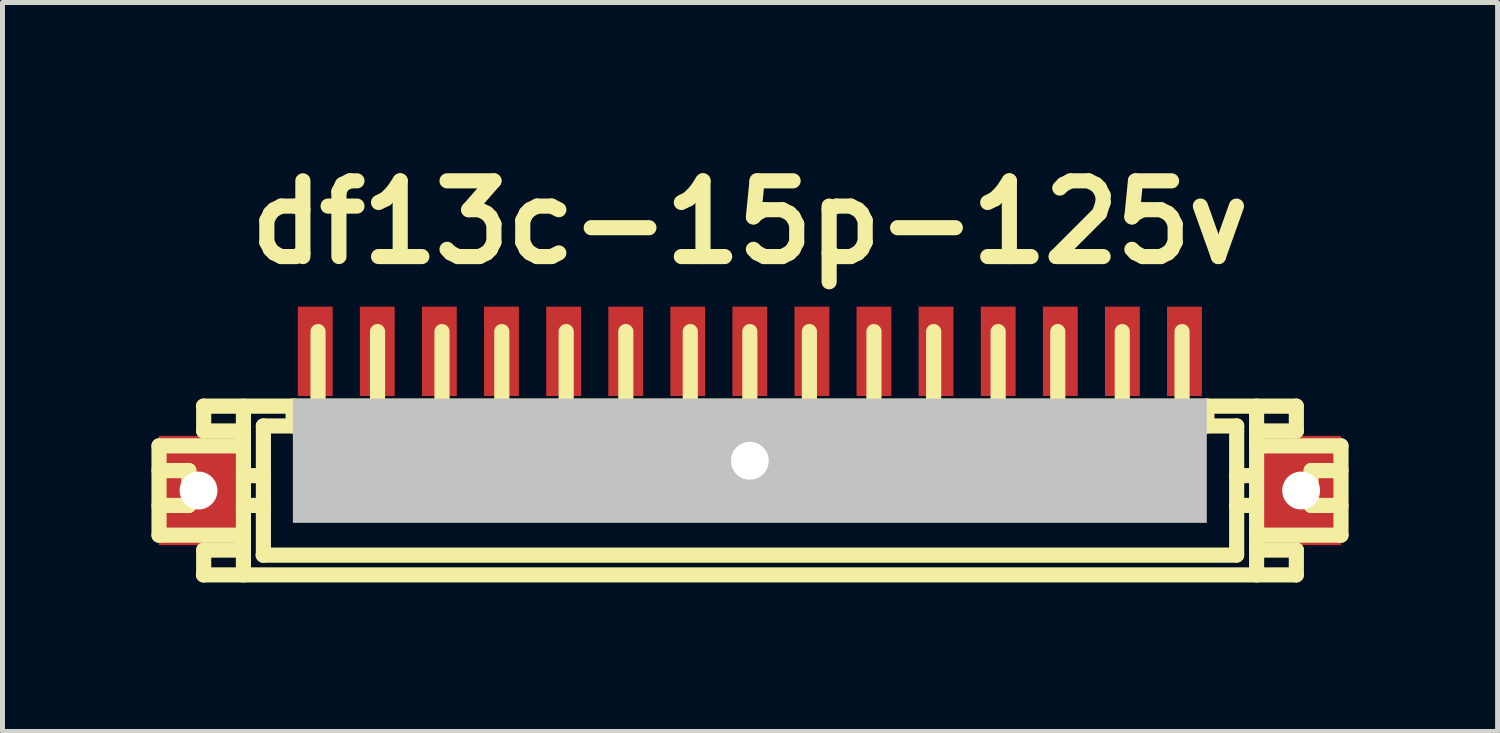
<source format=kicad_pcb>
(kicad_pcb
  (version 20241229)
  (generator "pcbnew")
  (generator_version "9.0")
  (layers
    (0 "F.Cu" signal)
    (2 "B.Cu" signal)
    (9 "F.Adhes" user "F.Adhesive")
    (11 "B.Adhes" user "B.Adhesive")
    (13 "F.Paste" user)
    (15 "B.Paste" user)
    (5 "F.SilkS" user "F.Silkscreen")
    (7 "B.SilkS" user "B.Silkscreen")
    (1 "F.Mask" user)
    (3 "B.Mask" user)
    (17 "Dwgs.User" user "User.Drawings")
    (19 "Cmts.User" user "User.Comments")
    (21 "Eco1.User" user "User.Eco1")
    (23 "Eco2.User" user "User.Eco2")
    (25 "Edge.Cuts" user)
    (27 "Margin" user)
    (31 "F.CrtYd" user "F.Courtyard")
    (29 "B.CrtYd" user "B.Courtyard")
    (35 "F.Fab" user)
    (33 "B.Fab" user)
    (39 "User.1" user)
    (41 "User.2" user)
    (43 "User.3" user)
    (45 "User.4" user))
  (footprint "df13c-15p-125v"
    (layer "F.Cu")
    (at 12.047 6.026)
    (property "Reference" "df13c-15p-125v" (at 0 -4.6 0) (layer "F.SilkS") (effects (font (size 1.524 1.524) (thickness 0.305))))
    (attr through_hole)
    (fp_line (start -11.895 -0.099) (end -10.196 -0.099) (stroke (width 0.305) (type solid)) (layer "F.SilkS"))
    (fp_line (start -11.895 0.399) (end -11.295 0.399) (stroke (width 0.305) (type solid)) (layer "F.SilkS"))
    (fp_line (start -11.895 1.699) (end -11.895 -0.099) (stroke (width 0.305) (type solid)) (layer "F.SilkS"))
    (fp_line (start -11.895 1.699) (end -10.196 1.699) (stroke (width 0.305) (type solid)) (layer "F.SilkS"))
    (fp_line (start -11.295 0.399) (end -11.295 1.1) (stroke (width 0.305) (type solid)) (layer "F.SilkS"))
    (fp_line (start -11.295 1.1) (end -11.895 1.1) (stroke (width 0.305) (type solid)) (layer "F.SilkS"))
    (fp_line (start -10.996 -0.399) (end -10.996 -0.899) (stroke (width 0.305) (type solid)) (layer "F.SilkS"))
    (fp_line (start -10.996 2.499) (end -10.996 1.999) (stroke (width 0.305) (type solid)) (layer "F.SilkS"))
    (fp_line (start -10.196 -0.899) (end -10.196 2.499) (stroke (width 0.305) (type solid)) (layer "F.SilkS"))
    (fp_line (start -10.196 -0.399) (end -10.996 -0.399) (stroke (width 0.305) (type solid)) (layer "F.SilkS"))
    (fp_line (start -10.196 0.5) (end -9.794 0.5) (stroke (width 0.305) (type solid)) (layer "F.SilkS"))
    (fp_line (start -10.196 1.1) (end -9.794 1.1) (stroke (width 0.305) (type solid)) (layer "F.SilkS"))
    (fp_line (start -10.196 1.999) (end -10.996 1.999) (stroke (width 0.305) (type solid)) (layer "F.SilkS"))
    (fp_line (start -9.799 2.101) (end 9.799 2.101) (stroke (width 0.305) (type solid)) (layer "F.SilkS"))
    (fp_line (start -9.794 -0.5) (end -9.195 -0.5) (stroke (width 0.305) (type solid)) (layer "F.SilkS"))
    (fp_line (start -9.794 2.101) (end -9.794 -0.5) (stroke (width 0.305) (type solid)) (layer "F.SilkS"))
    (fp_line (start -9.195 -0.902) (end -9.195 -0.5) (stroke (width 0.305) (type solid)) (layer "F.SilkS"))
    (fp_line (start -8.796 0.998) (end -8.796 1.199) (stroke (width 0.305) (type solid)) (layer "F.SilkS"))
    (fp_line (start -8.796 1.199) (end -8.595 1.199) (stroke (width 0.305) (type solid)) (layer "F.SilkS"))
    (fp_line (start -8.694 -0.902) (end -8.694 -2.4) (stroke (width 0.305) (type solid)) (layer "F.SilkS"))
    (fp_line (start -8.595 0.998) (end -8.796 0.998) (stroke (width 0.305) (type solid)) (layer "F.SilkS"))
    (fp_line (start -8.595 1.199) (end -8.595 0.998) (stroke (width 0.305) (type solid)) (layer "F.SilkS"))
    (fp_line (start -7.6 1.001) (end -7.402 1.001) (stroke (width 0.305) (type solid)) (layer "F.SilkS"))
    (fp_line (start -7.6 1.199) (end -7.6 1.001) (stroke (width 0.305) (type solid)) (layer "F.SilkS"))
    (fp_line (start -7.496 -0.899) (end -7.496 -2.4) (stroke (width 0.305) (type solid)) (layer "F.SilkS"))
    (fp_line (start -7.402 1.001) (end -7.402 1.199) (stroke (width 0.305) (type solid)) (layer "F.SilkS"))
    (fp_line (start -7.402 1.199) (end -7.6 1.199) (stroke (width 0.305) (type solid)) (layer "F.SilkS"))
    (fp_line (start -6.297 1.001) (end -6.099 1.001) (stroke (width 0.305) (type solid)) (layer "F.SilkS"))
    (fp_line (start -6.297 1.199) (end -6.297 1.001) (stroke (width 0.305) (type solid)) (layer "F.SilkS"))
    (fp_line (start -6.198 -2.4) (end -6.198 -0.899) (stroke (width 0.305) (type solid)) (layer "F.SilkS"))
    (fp_line (start -6.099 1.001) (end -6.099 1.199) (stroke (width 0.305) (type solid)) (layer "F.SilkS"))
    (fp_line (start -6.099 1.199) (end -6.297 1.199) (stroke (width 0.305) (type solid)) (layer "F.SilkS"))
    (fp_line (start -5.098 1.001) (end -4.9 1.001) (stroke (width 0.305) (type solid)) (layer "F.SilkS"))
    (fp_line (start -5.098 1.199) (end -5.098 1.001) (stroke (width 0.305) (type solid)) (layer "F.SilkS"))
    (fp_line (start -4.994 -0.899) (end -4.994 -2.4) (stroke (width 0.305) (type solid)) (layer "F.SilkS"))
    (fp_line (start -4.9 1.001) (end -4.9 1.199) (stroke (width 0.305) (type solid)) (layer "F.SilkS"))
    (fp_line (start -4.9 1.199) (end -5.098 1.199) (stroke (width 0.305) (type solid)) (layer "F.SilkS"))
    (fp_line (start -3.797 1.001) (end -3.599 1.001) (stroke (width 0.305) (type solid)) (layer "F.SilkS"))
    (fp_line (start -3.797 1.199) (end -3.797 1.001) (stroke (width 0.305) (type solid)) (layer "F.SilkS"))
    (fp_line (start -3.698 -0.899) (end -3.698 -2.4) (stroke (width 0.305) (type solid)) (layer "F.SilkS"))
    (fp_line (start -3.599 1.001) (end -3.599 1.199) (stroke (width 0.305) (type solid)) (layer "F.SilkS"))
    (fp_line (start -3.599 1.199) (end -3.797 1.199) (stroke (width 0.305) (type solid)) (layer "F.SilkS"))
    (fp_line (start -2.598 1.001) (end -2.4 1.001) (stroke (width 0.305) (type solid)) (layer "F.SilkS"))
    (fp_line (start -2.598 1.199) (end -2.598 1.001) (stroke (width 0.305) (type solid)) (layer "F.SilkS"))
    (fp_line (start -2.497 -2.4) (end -2.497 -0.899) (stroke (width 0.305) (type solid)) (layer "F.SilkS"))
    (fp_line (start -2.4 1.001) (end -2.4 1.199) (stroke (width 0.305) (type solid)) (layer "F.SilkS"))
    (fp_line (start -2.4 1.199) (end -2.598 1.199) (stroke (width 0.305) (type solid)) (layer "F.SilkS"))
    (fp_line (start -1.3 1.001) (end -1.1 1.001) (stroke (width 0.305) (type solid)) (layer "F.SilkS"))
    (fp_line (start -1.3 1.199) (end -1.3 1.001) (stroke (width 0.305) (type solid)) (layer "F.SilkS"))
    (fp_line (start -1.199 -0.899) (end -1.199 -2.4) (stroke (width 0.305) (type solid)) (layer "F.SilkS"))
    (fp_line (start -1.1 1.001) (end -1.1 1.199) (stroke (width 0.305) (type solid)) (layer "F.SilkS"))
    (fp_line (start -1.1 1.199) (end -1.3 1.199) (stroke (width 0.305) (type solid)) (layer "F.SilkS"))
    (fp_line (start -0.099 1.001) (end 0.099 1.001) (stroke (width 0.305) (type solid)) (layer "F.SilkS"))
    (fp_line (start -0.099 1.199) (end -0.099 1.001) (stroke (width 0.305) (type solid)) (layer "F.SilkS"))
    (fp_line (start 0 -0.899) (end 0 -2.4) (stroke (width 0.305) (type solid)) (layer "F.SilkS"))
    (fp_line (start 0.099 1.001) (end 0.099 1.199) (stroke (width 0.305) (type solid)) (layer "F.SilkS"))
    (fp_line (start 0.099 1.199) (end -0.099 1.199) (stroke (width 0.305) (type solid)) (layer "F.SilkS"))
    (fp_line (start 1.1 1.001) (end 1.3 1.001) (stroke (width 0.305) (type solid)) (layer "F.SilkS"))
    (fp_line (start 1.1 1.199) (end 1.1 1.001) (stroke (width 0.305) (type solid)) (layer "F.SilkS"))
    (fp_line (start 1.199 -2.4) (end 1.199 -0.899) (stroke (width 0.305) (type solid)) (layer "F.SilkS"))
    (fp_line (start 1.3 1.001) (end 1.3 1.199) (stroke (width 0.305) (type solid)) (layer "F.SilkS"))
    (fp_line (start 1.3 1.199) (end 1.1 1.199) (stroke (width 0.305) (type solid)) (layer "F.SilkS"))
    (fp_line (start 2.4 1.001) (end 2.601 1.001) (stroke (width 0.305) (type solid)) (layer "F.SilkS"))
    (fp_line (start 2.4 1.199) (end 2.4 1.001) (stroke (width 0.305) (type solid)) (layer "F.SilkS"))
    (fp_line (start 2.499 -0.899) (end 2.499 -2.4) (stroke (width 0.305) (type solid)) (layer "F.SilkS"))
    (fp_line (start 2.601 1.001) (end 2.601 1.199) (stroke (width 0.305) (type solid)) (layer "F.SilkS"))
    (fp_line (start 2.601 1.199) (end 2.4 1.199) (stroke (width 0.305) (type solid)) (layer "F.SilkS"))
    (fp_line (start 3.604 1.001) (end 3.802 1.001) (stroke (width 0.305) (type solid)) (layer "F.SilkS"))
    (fp_line (start 3.604 1.199) (end 3.604 1.001) (stroke (width 0.305) (type solid)) (layer "F.SilkS"))
    (fp_line (start 3.701 -2.4) (end 3.701 -0.899) (stroke (width 0.305) (type solid)) (layer "F.SilkS"))
    (fp_line (start 3.802 1.001) (end 3.802 1.199) (stroke (width 0.305) (type solid)) (layer "F.SilkS"))
    (fp_line (start 3.802 1.199) (end 3.604 1.199) (stroke (width 0.305) (type solid)) (layer "F.SilkS"))
    (fp_line (start 4.902 1.001) (end 5.103 1.001) (stroke (width 0.305) (type solid)) (layer "F.SilkS"))
    (fp_line (start 4.902 1.199) (end 4.902 1.001) (stroke (width 0.305) (type solid)) (layer "F.SilkS"))
    (fp_line (start 4.999 -2.4) (end 4.999 -0.899) (stroke (width 0.305) (type solid)) (layer "F.SilkS"))
    (fp_line (start 5.103 1.001) (end 5.103 1.199) (stroke (width 0.305) (type solid)) (layer "F.SilkS"))
    (fp_line (start 5.103 1.199) (end 4.902 1.199) (stroke (width 0.305) (type solid)) (layer "F.SilkS"))
    (fp_line (start 6.099 1.001) (end 6.297 1.001) (stroke (width 0.305) (type solid)) (layer "F.SilkS"))
    (fp_line (start 6.099 1.199) (end 6.099 1.001) (stroke (width 0.305) (type solid)) (layer "F.SilkS"))
    (fp_line (start 6.2 -0.899) (end 6.2 -2.4) (stroke (width 0.305) (type solid)) (layer "F.SilkS"))
    (fp_line (start 6.297 1.001) (end 6.297 1.199) (stroke (width 0.305) (type solid)) (layer "F.SilkS"))
    (fp_line (start 6.297 1.199) (end 6.099 1.199) (stroke (width 0.305) (type solid)) (layer "F.SilkS"))
    (fp_line (start 7.399 0.998) (end 7.6 0.998) (stroke (width 0.305) (type solid)) (layer "F.SilkS"))
    (fp_line (start 7.399 1.199) (end 7.399 0.998) (stroke (width 0.305) (type solid)) (layer "F.SilkS"))
    (fp_line (start 7.498 -0.899) (end 7.498 -2.4) (stroke (width 0.305) (type solid)) (layer "F.SilkS"))
    (fp_line (start 7.6 0.998) (end 7.6 1.199) (stroke (width 0.305) (type solid)) (layer "F.SilkS"))
    (fp_line (start 7.6 1.199) (end 7.399 1.199) (stroke (width 0.305) (type solid)) (layer "F.SilkS"))
    (fp_line (start 8.603 1.001) (end 8.804 1.001) (stroke (width 0.305) (type solid)) (layer "F.SilkS"))
    (fp_line (start 8.603 1.199) (end 8.603 1.001) (stroke (width 0.305) (type solid)) (layer "F.SilkS"))
    (fp_line (start 8.702 -0.902) (end 8.702 -2.4) (stroke (width 0.305) (type solid)) (layer "F.SilkS"))
    (fp_line (start 8.804 1.001) (end 8.804 1.199) (stroke (width 0.305) (type solid)) (layer "F.SilkS"))
    (fp_line (start 8.804 1.199) (end 8.603 1.199) (stroke (width 0.305) (type solid)) (layer "F.SilkS"))
    (fp_line (start 9.202 -0.5) (end 9.202 -0.902) (stroke (width 0.305) (type solid)) (layer "F.SilkS"))
    (fp_line (start 9.799 1.1) (end 10.201 1.1) (stroke (width 0.305) (type solid)) (layer "F.SilkS"))
    (fp_line (start 9.802 -0.5) (end 9.202 -0.5) (stroke (width 0.305) (type solid)) (layer "F.SilkS"))
    (fp_line (start 9.802 2.098) (end 9.802 -0.5) (stroke (width 0.305) (type solid)) (layer "F.SilkS"))
    (fp_line (start 10.201 0.5) (end 9.799 0.5) (stroke (width 0.305) (type solid)) (layer "F.SilkS"))
    (fp_line (start 10.203 -0.899) (end 10.203 2.499) (stroke (width 0.305) (type solid)) (layer "F.SilkS"))
    (fp_line (start 11.001 -0.899) (end -11.001 -0.899) (stroke (width 0.305) (type solid)) (layer "F.SilkS"))
    (fp_line (start 11.001 2.499) (end -11.001 2.499) (stroke (width 0.305) (type solid)) (layer "F.SilkS"))
    (fp_line (start 11.003 -0.399) (end 10.203 -0.399) (stroke (width 0.305) (type solid)) (layer "F.SilkS"))
    (fp_line (start 11.003 -0.399) (end 11.003 -0.899) (stroke (width 0.305) (type solid)) (layer "F.SilkS"))
    (fp_line (start 11.003 1.999) (end 10.203 1.999) (stroke (width 0.305) (type solid)) (layer "F.SilkS"))
    (fp_line (start 11.003 2.499) (end 11.003 1.999) (stroke (width 0.305) (type solid)) (layer "F.SilkS"))
    (fp_line (start 11.3 0.399) (end 11.3 1.1) (stroke (width 0.305) (type solid)) (layer "F.SilkS"))
    (fp_line (start 11.303 0.399) (end 11.902 0.399) (stroke (width 0.305) (type solid)) (layer "F.SilkS"))
    (fp_line (start 11.303 1.1) (end 11.902 1.1) (stroke (width 0.305) (type solid)) (layer "F.SilkS"))
    (fp_line (start 11.902 -0.099) (end 10.203 -0.099) (stroke (width 0.305) (type solid)) (layer "F.SilkS"))
    (fp_line (start 11.902 -0.099) (end 11.902 1.699) (stroke (width 0.305) (type solid)) (layer "F.SilkS"))
    (fp_line (start 11.902 1.699) (end 10.203 1.699) (stroke (width 0.305) (type solid)) (layer "F.SilkS"))
    (pad "" np_thru_hole rect (at -11.1 0.8) (size 1.6 2.2) (drill 0.762) (layers "F.Cu" "F.Mask" "F.Paste"))
    (pad "" np_thru_hole rect (at 0 0.201) (size 18.4 2.499) (drill 0.762) (layers "Dwgs.User"))
    (pad "" np_thru_hole rect (at 11.1 0.8) (size 1.6 2.2) (drill 0.762) (layers "F.Cu" "F.Mask" "F.Paste"))
    (pad "1" smd rect (at -8.75 -2.002) (size 0.701 1.801) (layers "F.Cu" "F.Mask" "F.Paste"))
    (pad "2" smd rect (at -7.501 -2.002) (size 0.701 1.801) (layers "F.Cu" "F.Mask" "F.Paste"))
    (pad "3" smd rect (at -6.251 -2.002) (size 0.701 1.801) (layers "F.Cu" "F.Mask" "F.Paste"))
    (pad "4" smd rect (at -5.001 -2.002) (size 0.701 1.801) (layers "F.Cu" "F.Mask" "F.Paste"))
    (pad "5" smd rect (at -3.749 -2.002) (size 0.701 1.801) (layers "F.Cu" "F.Mask" "F.Paste"))
    (pad "6" smd rect (at -2.499 -2.002) (size 0.701 1.801) (layers "F.Cu" "F.Mask" "F.Paste"))
    (pad "7" smd rect (at -1.25 -2.002) (size 0.701 1.801) (layers "F.Cu" "F.Mask" "F.Paste"))
    (pad "8" smd rect (at 0 -2.002) (size 0.701 1.801) (layers "F.Cu" "F.Mask" "F.Paste"))
    (pad "9" smd rect (at 1.25 -2.002) (size 0.701 1.801) (layers "F.Cu" "F.Mask" "F.Paste"))
    (pad "10" smd rect (at 2.499 -2.002) (size 0.701 1.801) (layers "F.Cu" "F.Mask" "F.Paste"))
    (pad "11" smd rect (at 3.749 -2.002) (size 0.701 1.801) (layers "F.Cu" "F.Mask" "F.Paste"))
    (pad "12" smd rect (at 5.001 -2.002) (size 0.701 1.801) (layers "F.Cu" "F.Mask" "F.Paste"))
    (pad "13" smd rect (at 6.251 -2.002) (size 0.701 1.801) (layers "F.Cu" "F.Mask" "F.Paste"))
    (pad "14" smd rect (at 7.501 -2.002) (size 0.701 1.801) (layers "F.Cu" "F.Mask" "F.Paste"))
    (pad "15" smd rect (at 8.75 -2.002) (size 0.701 1.801) (layers "F.Cu" "F.Mask" "F.Paste")))
  (gr_rect
    (start -3 -3)
    (end 27.102 11.678)
    (stroke (width 0.1) (type default))
    (fill no)
    (layer "Edge.Cuts")))
</source>
